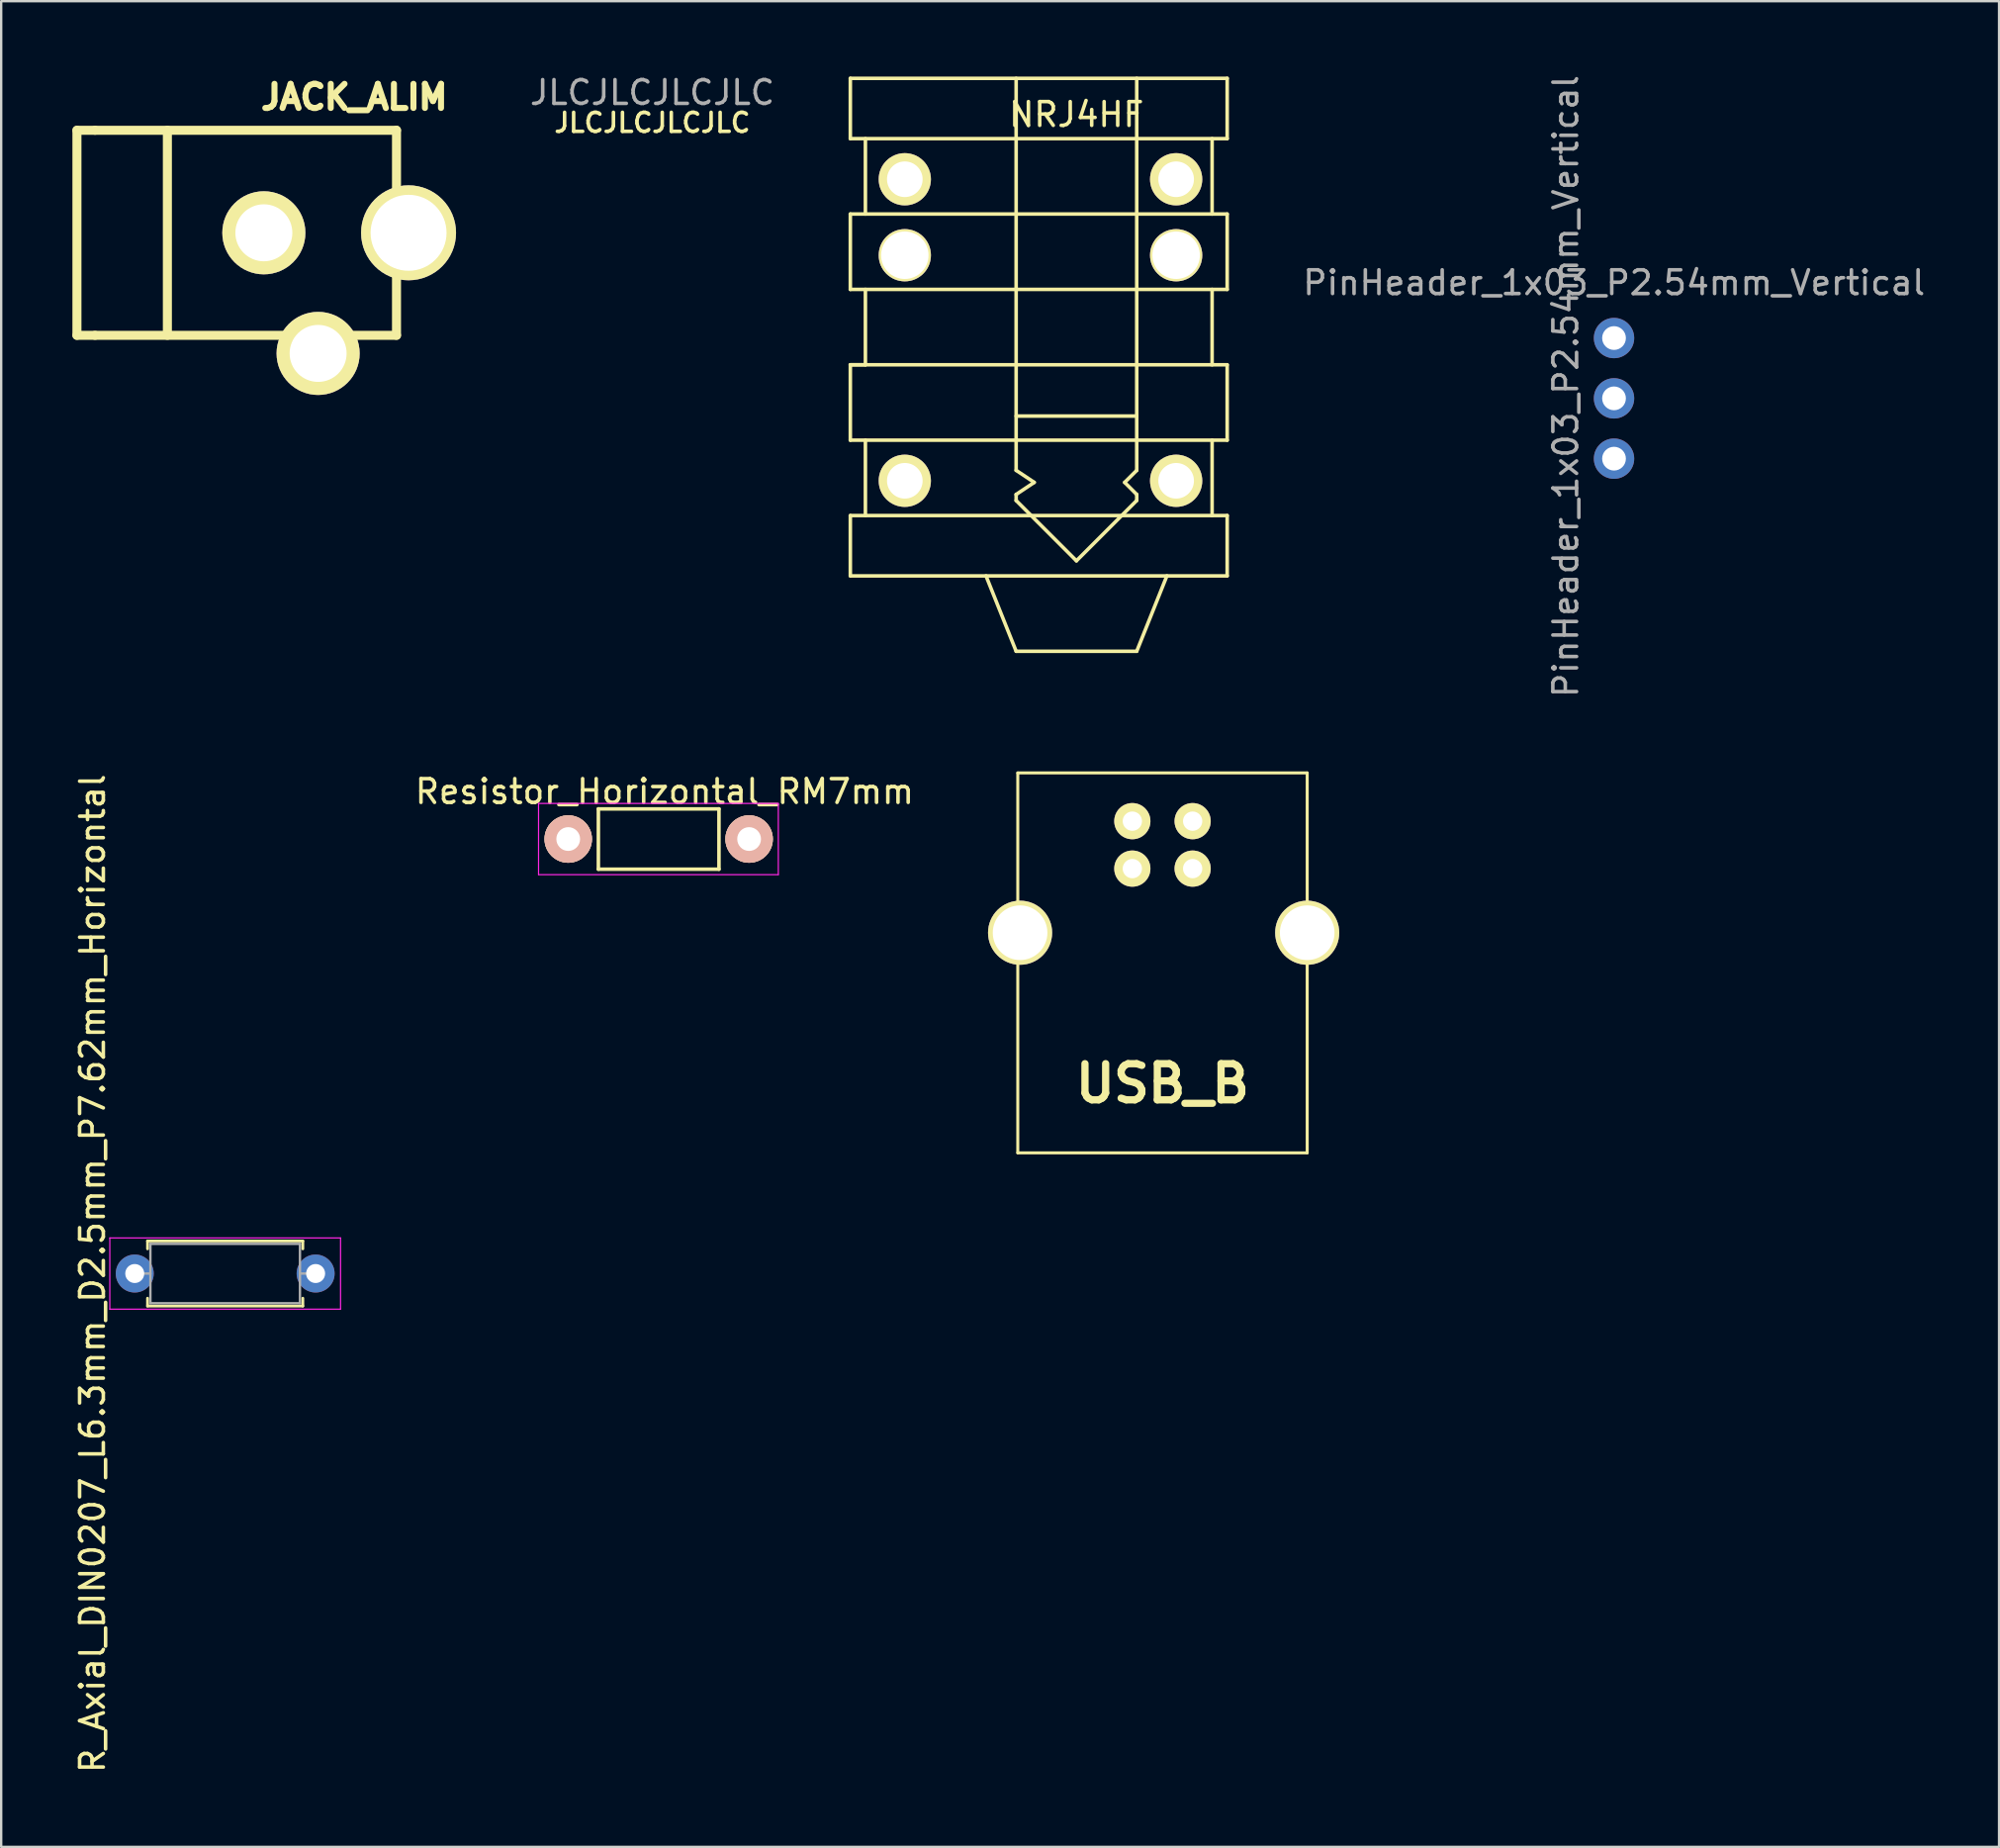
<source format=kicad_pcb>
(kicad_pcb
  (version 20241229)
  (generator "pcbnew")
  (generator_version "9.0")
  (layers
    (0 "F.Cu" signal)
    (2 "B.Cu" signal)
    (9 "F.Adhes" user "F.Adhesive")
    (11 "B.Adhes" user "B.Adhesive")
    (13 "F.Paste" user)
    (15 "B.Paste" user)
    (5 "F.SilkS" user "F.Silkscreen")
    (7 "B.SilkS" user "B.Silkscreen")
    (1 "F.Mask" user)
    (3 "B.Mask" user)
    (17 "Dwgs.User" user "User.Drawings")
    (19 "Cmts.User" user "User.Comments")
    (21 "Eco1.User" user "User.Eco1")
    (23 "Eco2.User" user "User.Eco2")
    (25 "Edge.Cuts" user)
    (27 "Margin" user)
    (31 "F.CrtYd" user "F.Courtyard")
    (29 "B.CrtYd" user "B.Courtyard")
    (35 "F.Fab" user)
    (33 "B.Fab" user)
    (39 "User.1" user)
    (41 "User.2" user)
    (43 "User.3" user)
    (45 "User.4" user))
  (footprint "USB_B"
    (layer "F.Cu")
    (at 45.921 36.235)
    (property "Reference" "USB_B" (at 0 6.35 0) (layer "F.SilkS") (effects (font (size 1.524 1.524) (thickness 0.305))))
    (attr through_hole)
    (fp_line (start -6.096 -6.731) (end -6.096 9.271) (stroke (width 0.127) (type solid)) (layer "F.SilkS"))
    (fp_line (start -6.096 9.271) (end 6.096 9.271) (stroke (width 0.127) (type solid)) (layer "F.SilkS"))
    (fp_line (start 6.096 -6.731) (end -6.096 -6.731) (stroke (width 0.127) (type solid)) (layer "F.SilkS"))
    (fp_line (start 6.096 9.271) (end 6.096 -6.731) (stroke (width 0.127) (type solid)) (layer "F.SilkS"))
    (pad "1" thru_hole circle (at 1.27 -4.699) (size 1.524 1.524) (drill 0.813) (layers "*.Cu" "*.Mask" "F.SilkS"))
    (pad "2" thru_hole circle (at -1.27 -4.699) (size 1.524 1.524) (drill 0.813) (layers "*.Cu" "*.Mask" "F.SilkS"))
    (pad "3" thru_hole circle (at -1.27 -2.7) (size 1.524 1.524) (drill 0.813) (layers "*.Cu" "*.Mask" "F.SilkS"))
    (pad "4" thru_hole circle (at 1.27 -2.7) (size 1.524 1.524) (drill 0.813) (layers "*.Cu" "*.Mask" "F.SilkS"))
    (pad "5" thru_hole circle (at 6.096 0) (size 2.7 2.7) (drill 2.301) (layers "*.Cu" "*.Mask" "F.SilkS"))
    (pad "6" thru_hole circle (at -5.999 0) (size 2.7 2.7) (drill 2.301) (layers "*.Cu" "*.Mask" "F.SilkS")))
  (footprint "JLCJLCJLCJLC"
    (layer "F.Cu")
    (at 24.429 2.118)
    (property "Reference" "JLCJLCJLCJLC" (at 0 -1.27 0) (layer "F.Fab") (effects (font (size 1 1) (thickness 0.15))))
    (attr through_hole)
    (fp_text user "JLCJLCJLCJLC" (at 0 0 0) (layer "F.SilkS") (effects (font (size 0.8 0.8) (thickness 0.15)))))
  (footprint "Resistor_Horizontal_RM7mm"
    (layer "F.Cu")
    (at 20.887 32.289)
    (property "Reference" "Resistor_Horizontal_RM7mm" (at 4.059 -2 0) (layer "F.SilkS") (effects (font (size 1 1) (thickness 0.15))))
    (attr through_hole)
    (fp_line (start 1.27 -1.27) (end 6.35 -1.27) (stroke (width 0.15) (type solid)) (layer "F.SilkS"))
    (fp_line (start 1.27 1.27) (end 1.27 -1.27) (stroke (width 0.15) (type solid)) (layer "F.SilkS"))
    (fp_line (start 6.35 -1.27) (end 6.35 1.27) (stroke (width 0.15) (type solid)) (layer "F.SilkS"))
    (fp_line (start 6.35 1.27) (end 1.27 1.27) (stroke (width 0.15) (type solid)) (layer "F.SilkS"))
    (fp_line (start -1.25 -1.5) (end 8.85 -1.5) (stroke (width 0.05) (type solid)) (layer "F.CrtYd"))
    (fp_line (start -1.25 1.5) (end -1.25 -1.5) (stroke (width 0.05) (type solid)) (layer "F.CrtYd"))
    (fp_line (start -1.25 1.5) (end 8.85 1.5) (stroke (width 0.05) (type solid)) (layer "F.CrtYd"))
    (fp_line (start 8.85 -1.5) (end 8.85 1.5) (stroke (width 0.05) (type solid)) (layer "F.CrtYd"))
    (pad "1" thru_hole circle (at 0 0) (size 1.999 1.999) (drill 1.001) (layers "*.Cu" "*.SilkS" "*.Mask"))
    (pad "2" thru_hole circle (at 7.62 0) (size 1.999 1.999) (drill 1.001) (layers "*.Cu" "*.SilkS" "*.Mask")))
  (footprint "PinHeader_1x03_P2.54mm_Vertical"
    (layer "F.Cu")
    (at 64.942 11.188)
    (property "Reference" "PinHeader_1x03_P2.54mm_Vertical" (at 0 -2.33 0) (layer "F.Fab") (effects (font (size 1 1) (thickness 0.15))))
    (attr through_hole)
    (fp_text user "${REFERENCE}" (at -2.032 2.032 90) (layer "F.Fab") (effects (font (size 1 1) (thickness 0.15))))
    (pad "1" thru_hole oval (at 0 0) (size 1.7 1.7) (drill 1) (layers "*.Cu" "*.Mask"))
    (pad "2" thru_hole oval (at 0 2.54) (size 1.7 1.7) (drill 1) (layers "*.Cu" "*.Mask"))
    (pad "3" thru_hole oval (at 0 5.08) (size 1.7 1.7) (drill 1) (layers "*.Cu" "*.Mask")))
  (footprint "R_Axial_DIN0207_L6.3mm_D2.5mm_P7.62mm_Horizontal"
    (layer "F.Cu")
    (at 2.626 50.589)
    (property "Reference" "R_Axial_DIN0207_L6.3mm_D2.5mm_P7.62mm_Horizontal" (at -1.778 0 270) (layer "F.SilkS") (effects (font (size 1 1) (thickness 0.15))))
    (attr through_hole)
    (fp_line (start 0.54 -1.37) (end 7.08 -1.37) (stroke (width 0.12) (type solid)) (layer "F.SilkS"))
    (fp_line (start 0.54 -1.04) (end 0.54 -1.37) (stroke (width 0.12) (type solid)) (layer "F.SilkS"))
    (fp_line (start 0.54 1.04) (end 0.54 1.37) (stroke (width 0.12) (type solid)) (layer "F.SilkS"))
    (fp_line (start 0.54 1.37) (end 7.08 1.37) (stroke (width 0.12) (type solid)) (layer "F.SilkS"))
    (fp_line (start 7.08 -1.37) (end 7.08 -1.04) (stroke (width 0.12) (type solid)) (layer "F.SilkS"))
    (fp_line (start 7.08 1.37) (end 7.08 1.04) (stroke (width 0.12) (type solid)) (layer "F.SilkS"))
    (fp_line (start -1.05 -1.5) (end -1.05 1.5) (stroke (width 0.05) (type solid)) (layer "F.CrtYd"))
    (fp_line (start -1.05 1.5) (end 8.67 1.5) (stroke (width 0.05) (type solid)) (layer "F.CrtYd"))
    (fp_line (start 8.67 -1.5) (end -1.05 -1.5) (stroke (width 0.05) (type solid)) (layer "F.CrtYd"))
    (fp_line (start 8.67 1.5) (end 8.67 -1.5) (stroke (width 0.05) (type solid)) (layer "F.CrtYd"))
    (fp_line (start 0 0) (end 0.66 0) (stroke (width 0.1) (type solid)) (layer "F.Fab"))
    (fp_line (start 0.66 -1.25) (end 0.66 1.25) (stroke (width 0.1) (type solid)) (layer "F.Fab"))
    (fp_line (start 0.66 1.25) (end 6.96 1.25) (stroke (width 0.1) (type solid)) (layer "F.Fab"))
    (fp_line (start 6.96 -1.25) (end 0.66 -1.25) (stroke (width 0.1) (type solid)) (layer "F.Fab"))
    (fp_line (start 6.96 1.25) (end 6.96 -1.25) (stroke (width 0.1) (type solid)) (layer "F.Fab"))
    (fp_line (start 7.62 0) (end 6.96 0) (stroke (width 0.1) (type solid)) (layer "F.Fab"))
    (pad "1" thru_hole circle (at 0 0) (size 1.6 1.6) (drill 0.8) (layers "*.Cu" "*.Mask"))
    (pad "2" thru_hole oval (at 7.62 0) (size 1.6 1.6) (drill 0.8) (layers "*.Cu" "*.Mask")))
  (footprint "NRJ4HF"
    (layer "F.Cu")
    (at 42.296 0.25)
    (property "Reference" "NRJ4HF" (at 0 1.524 0) (layer "F.SilkS") (effects (font (size 1 1) (thickness 0.15))))
    (attr through_hole)
    (fp_line (start -9.525 0) (end -9.525 2.54) (stroke (width 0.15) (type solid)) (layer "F.SilkS"))
    (fp_line (start -9.525 0) (end 6.35 0) (stroke (width 0.15) (type solid)) (layer "F.SilkS"))
    (fp_line (start -9.525 2.54) (end 6.35 2.54) (stroke (width 0.15) (type solid)) (layer "F.SilkS"))
    (fp_line (start -9.525 5.715) (end -9.525 8.89) (stroke (width 0.15) (type solid)) (layer "F.SilkS"))
    (fp_line (start -9.525 5.715) (end 6.35 5.715) (stroke (width 0.15) (type solid)) (layer "F.SilkS"))
    (fp_line (start -9.525 8.89) (end 6.35 8.89) (stroke (width 0.15) (type solid)) (layer "F.SilkS"))
    (fp_line (start -9.525 12.065) (end -9.525 15.24) (stroke (width 0.15) (type solid)) (layer "F.SilkS"))
    (fp_line (start -9.525 12.065) (end 6.35 12.065) (stroke (width 0.15) (type solid)) (layer "F.SilkS"))
    (fp_line (start -9.525 15.24) (end 6.35 15.24) (stroke (width 0.15) (type solid)) (layer "F.SilkS"))
    (fp_line (start -9.525 18.415) (end -9.525 20.955) (stroke (width 0.15) (type solid)) (layer "F.SilkS"))
    (fp_line (start -9.525 18.415) (end 6.35 18.415) (stroke (width 0.15) (type solid)) (layer "F.SilkS"))
    (fp_line (start -8.89 2.54) (end -8.89 5.715) (stroke (width 0.15) (type solid)) (layer "F.SilkS"))
    (fp_line (start -8.89 8.89) (end -8.89 12.065) (stroke (width 0.15) (type solid)) (layer "F.SilkS"))
    (fp_line (start -8.89 12.065) (end -9.525 12.065) (stroke (width 0.15) (type solid)) (layer "F.SilkS"))
    (fp_line (start -8.89 15.24) (end -8.89 18.415) (stroke (width 0.15) (type solid)) (layer "F.SilkS"))
    (fp_line (start -2.54 0) (end -2.54 16.51) (stroke (width 0.15) (type solid)) (layer "F.SilkS"))
    (fp_line (start -2.54 14.224) (end 2.54 14.224) (stroke (width 0.15) (type solid)) (layer "F.SilkS"))
    (fp_line (start -2.54 16.51) (end -1.778 17.018) (stroke (width 0.15) (type solid)) (layer "F.SilkS"))
    (fp_line (start -2.54 17.78) (end -2.54 17.526) (stroke (width 0.15) (type solid)) (layer "F.SilkS"))
    (fp_line (start -2.54 17.78) (end 0 20.32) (stroke (width 0.15) (type solid)) (layer "F.SilkS"))
    (fp_line (start -2.54 24.13) (end -3.81 20.955) (stroke (width 0.15) (type solid)) (layer "F.SilkS"))
    (fp_line (start -2.54 24.13) (end 2.54 24.13) (stroke (width 0.15) (type solid)) (layer "F.SilkS"))
    (fp_line (start -1.778 17.018) (end -2.54 17.526) (stroke (width 0.15) (type solid)) (layer "F.SilkS"))
    (fp_line (start 0 20.32) (end 2.54 17.78) (stroke (width 0.15) (type solid)) (layer "F.SilkS"))
    (fp_line (start 2.032 17.018) (end 2.54 17.526) (stroke (width 0.15) (type solid)) (layer "F.SilkS"))
    (fp_line (start 2.54 16.51) (end 2.032 17.018) (stroke (width 0.15) (type solid)) (layer "F.SilkS"))
    (fp_line (start 2.54 16.51) (end 2.54 0) (stroke (width 0.15) (type solid)) (layer "F.SilkS"))
    (fp_line (start 2.54 17.78) (end 2.54 17.526) (stroke (width 0.15) (type solid)) (layer "F.SilkS"))
    (fp_line (start 2.54 24.13) (end 3.81 20.955) (stroke (width 0.15) (type solid)) (layer "F.SilkS"))
    (fp_line (start 5.715 5.715) (end 5.715 2.54) (stroke (width 0.15) (type solid)) (layer "F.SilkS"))
    (fp_line (start 5.715 12.065) (end 5.715 8.89) (stroke (width 0.15) (type solid)) (layer "F.SilkS"))
    (fp_line (start 5.715 18.415) (end 5.715 15.24) (stroke (width 0.15) (type solid)) (layer "F.SilkS"))
    (fp_line (start 6.35 2.54) (end 6.35 0) (stroke (width 0.15) (type solid)) (layer "F.SilkS"))
    (fp_line (start 6.35 8.89) (end 6.35 5.715) (stroke (width 0.15) (type solid)) (layer "F.SilkS"))
    (fp_line (start 6.35 15.24) (end 6.35 12.065) (stroke (width 0.15) (type solid)) (layer "F.SilkS"))
    (fp_line (start 6.35 20.955) (end -9.525 20.955) (stroke (width 0.15) (type solid)) (layer "F.SilkS"))
    (fp_line (start 6.35 20.955) (end 6.35 18.415) (stroke (width 0.15) (type solid)) (layer "F.SilkS"))
    (pad "" np_thru_hole circle (at -7.23 7.45) (size 2.2 2.2) (drill 2) (layers "*.Cu" "*.Mask" "F.SilkS"))
    (pad "" np_thru_hole circle (at 4.2 7.45) (size 2.2 2.2) (drill 2) (layers "*.Cu" "*.Mask" "F.SilkS"))
    (pad "1" thru_hole circle (at -7.23 16.95) (size 2.2 2.2) (drill 1.5) (layers "*.Cu" "*.Mask" "F.SilkS"))
    (pad "2" thru_hole circle (at 4.2 16.95) (size 2.2 2.2) (drill 1.5) (layers "*.Cu" "*.Mask" "F.SilkS"))
    (pad "3" thru_hole circle (at -7.23 4.25) (size 2.2 2.2) (drill 1.5) (layers "*.Cu" "*.Mask" "F.SilkS"))
    (pad "4" thru_hole circle (at 4.2 4.25) (size 2.2 2.2) (drill 1.5) (layers "*.Cu" "*.Mask" "F.SilkS")))
  (footprint "JACK_ALIM"
    (layer "F.Cu")
    (at 8.065 6.755)
    (property "Reference" "JACK_ALIM" (at 3.81 -5.715 0) (layer "F.SilkS") (effects (font (size 1.016 1.016) (thickness 0.254))))
    (attr through_hole)
    (fp_line (start -7.874 -4.318) (end -7.874 4.318) (stroke (width 0.381) (type solid)) (layer "F.SilkS"))
    (fp_line (start -7.874 4.318) (end -7.112 4.318) (stroke (width 0.381) (type solid)) (layer "F.SilkS"))
    (fp_line (start -7.112 -4.318) (end -7.874 -4.318) (stroke (width 0.381) (type solid)) (layer "F.SilkS"))
    (fp_line (start -7.112 -4.318) (end 5.588 -4.318) (stroke (width 0.381) (type solid)) (layer "F.SilkS"))
    (fp_line (start -7.112 4.318) (end 5.588 4.318) (stroke (width 0.381) (type solid)) (layer "F.SilkS"))
    (fp_line (start -4.064 -4.318) (end -4.064 4.318) (stroke (width 0.381) (type solid)) (layer "F.SilkS"))
    (fp_line (start 5.588 -4.318) (end 5.588 4.318) (stroke (width 0.381) (type solid)) (layer "F.SilkS"))
    (pad "1" thru_hole circle (at 0 0) (size 3.5 3.5) (drill 2.4) (layers "*.Cu" "*.Mask" "F.SilkS"))
    (pad "2" thru_hole circle (at 2.286 5.08) (size 3.5 3.5) (drill 2.4) (layers "*.Cu" "*.Mask" "F.SilkS"))
    (pad "3" thru_hole circle (at 6.096 0) (size 4 4) (drill 3.2) (layers "*.Cu" "*.Mask" "F.SilkS")))
  (gr_rect
    (start -3 -3)
    (end 81.162 74.738)
    (stroke (width 0.1) (type default))
    (fill no)
    (layer "Edge.Cuts")))
</source>
